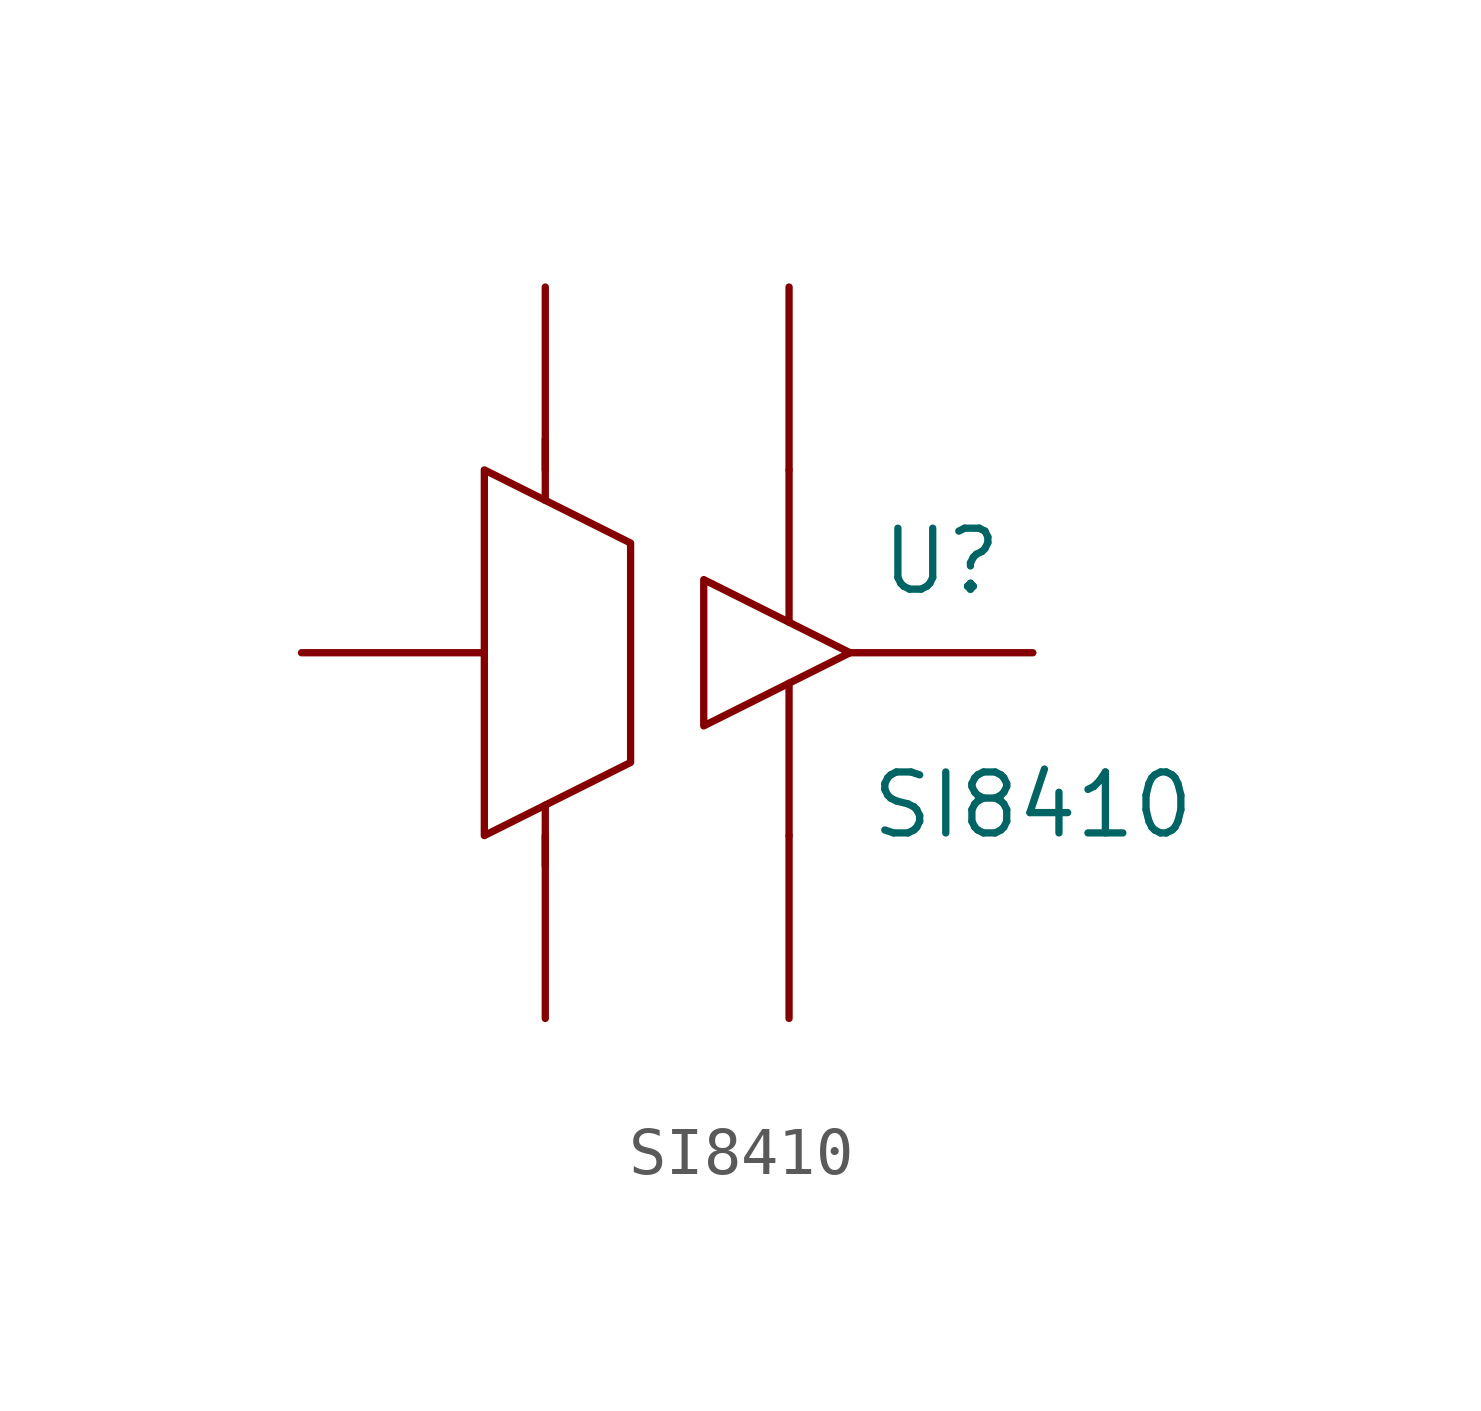
<source format=kicad_sym>
(kicad_symbol_lib
  (version 20211014)
  (generator kicad_symbol_editor)
  (symbol "SI8410"
    (pin_numbers hide)
    (pin_names
      (offset 0) hide)
    (property "Reference" "U"
      (at 5.715 1.905 0)
      (effects (font (size 1.27 1.27))))
    (property "Value" "SI8410"
      (at 7.62 -3.175 0)
      (effects (font (size 1.27 1.27))))
    (symbol "SI8410_0_1"
      (polyline (pts (xy -2.54 -4.445) (xy -2.54 -3.175)) (stroke (width 0) (type default) (color 0 0 0 0)) (fill (type none)))
      (polyline (pts (xy -2.54 4.445) (xy -2.54 3.175)) (stroke (width 0) (type default) (color 0 0 0 0)) (fill (type none)))
      (polyline (pts (xy 2.54 -3.81) (xy 2.54 -0.635)) (stroke (width 0) (type default) (color 0 0 0 0)) (fill (type none)))
      (polyline (pts (xy 2.54 3.81) (xy 2.54 0.635)) (stroke (width 0) (type default) (color 0 0 0 0)) (fill (type none))))
    (symbol "SI8410_1_1"
      (polyline (pts (xy 0.762 1.524) (xy 3.81 0) (xy 0.762 -1.524) (xy 0.762 1.524)) (stroke (width 0) (type default) (color 0 0 0 0)) (fill (type none)))
      (polyline (pts (xy -3.81 3.81) (xy -0.762 2.286) (xy -0.762 -2.286) (xy -3.81 -3.81) (xy -3.81 3.81)) (stroke (width 0) (type default) (color 0 0 0 0)) (fill (type none)))
      (pin power_in line (at -2.54 7.62 270) (length 3.81) (name "VDD1" (effects (font (size 1.016 1.016)))) (number "1" (effects (font (size 1.27 1.27)))))
      (pin input line (at -7.62 0 0) (length 3.81) (name "~" (effects (font (size 1.27 1.27)))) (number "2" (effects (font (size 1.27 1.27)))))
      (pin power_in line (at -2.54 -7.62 90) (length 3.81) (name "GND1" (effects (font (size 1.016 1.016)))) (number "4" (effects (font (size 1.27 1.27)))))
      (pin power_in line (at 2.54 -7.62 90) (length 3.81) (name "GND2" (effects (font (size 1.016 1.016)))) (number "5" (effects (font (size 1.27 1.27)))))
      (pin output line (at 7.62 0 180) (length 3.81) (name "~" (effects (font (size 1.27 1.27)))) (number "6" (effects (font (size 1.27 1.27)))))
      (pin power_in line (at 2.54 7.62 270) (length 3.81) (name "VDD2" (effects (font (size 1.016 1.016)))) (number "8" (effects (font (size 1.27 1.27))))))))
</source>
